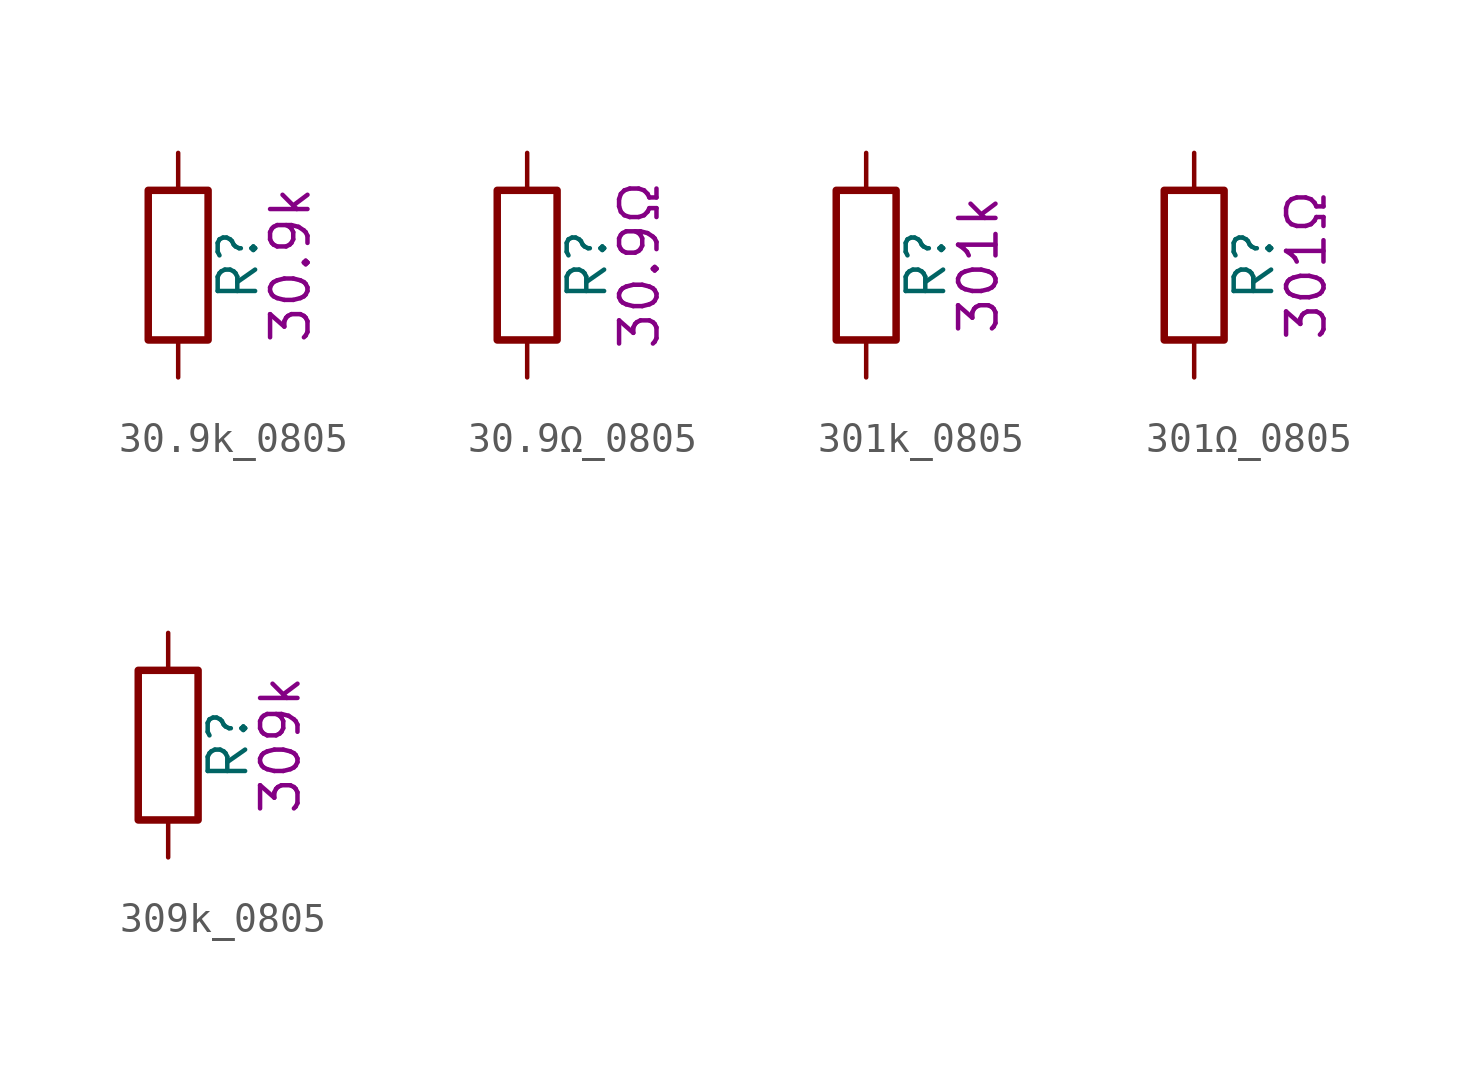
<source format=kicad_sym>
(kicad_symbol_lib
  (version 20211014)
  (generator kicad_symbol_editor)
  (symbol "30.9k_0805"
    (pin_numbers hide)
    (pin_names
      (offset 0))
    (property "Reference" "R"
      (at 2.032 0 90)
      (effects (font (size 1.27 1.27))))
    (property "Display" "30.9k"
      (at 3.81 0 90)
      (effects (font (size 1.27 1.27))))
    (symbol "30.9k_0805_0_1"
      (rectangle (start -1.016 -2.54) (end 1.016 2.54) (stroke (width 0.254) (type default) (color 0 0 0 0)) (fill (type none))))
    (symbol "30.9k_0805_1_1"
      (pin passive line (at 0 3.81 270) (length 1.27) (name "~" (effects (font (size 1.27 1.27)))) (number "1" (effects (font (size 1.27 1.27)))))
      (pin passive line (at 0 -3.81 90) (length 1.27) (name "~" (effects (font (size 1.27 1.27)))) (number "2" (effects (font (size 1.27 1.27)))))))
  (symbol "30.9Ω_0805"
    (pin_numbers hide)
    (pin_names
      (offset 0))
    (property "Reference" "R"
      (at 2.032 0 90)
      (effects (font (size 1.27 1.27))))
    (property "Display" "30.9Ω"
      (at 3.81 0 90)
      (effects (font (size 1.27 1.27))))
    (symbol "30.9Ω_0805_0_1"
      (rectangle (start -1.016 -2.54) (end 1.016 2.54) (stroke (width 0.254) (type default) (color 0 0 0 0)) (fill (type none))))
    (symbol "30.9Ω_0805_1_1"
      (pin passive line (at 0 3.81 270) (length 1.27) (name "~" (effects (font (size 1.27 1.27)))) (number "1" (effects (font (size 1.27 1.27)))))
      (pin passive line (at 0 -3.81 90) (length 1.27) (name "~" (effects (font (size 1.27 1.27)))) (number "2" (effects (font (size 1.27 1.27)))))))
  (symbol "301k_0805"
    (pin_numbers hide)
    (pin_names
      (offset 0))
    (property "Reference" "R"
      (at 2.032 0 90)
      (effects (font (size 1.27 1.27))))
    (property "Display" "301k"
      (at 3.81 0 90)
      (effects (font (size 1.27 1.27))))
    (symbol "301k_0805_0_1"
      (rectangle (start -1.016 -2.54) (end 1.016 2.54) (stroke (width 0.254) (type default) (color 0 0 0 0)) (fill (type none))))
    (symbol "301k_0805_1_1"
      (pin passive line (at 0 3.81 270) (length 1.27) (name "~" (effects (font (size 1.27 1.27)))) (number "1" (effects (font (size 1.27 1.27)))))
      (pin passive line (at 0 -3.81 90) (length 1.27) (name "~" (effects (font (size 1.27 1.27)))) (number "2" (effects (font (size 1.27 1.27)))))))
  (symbol "301Ω_0805"
    (pin_numbers hide)
    (pin_names
      (offset 0))
    (property "Reference" "R"
      (at 2.032 0 90)
      (effects (font (size 1.27 1.27))))
    (property "Display" "301Ω"
      (at 3.81 0 90)
      (effects (font (size 1.27 1.27))))
    (symbol "301Ω_0805_0_1"
      (rectangle (start -1.016 -2.54) (end 1.016 2.54) (stroke (width 0.254) (type default) (color 0 0 0 0)) (fill (type none))))
    (symbol "301Ω_0805_1_1"
      (pin passive line (at 0 3.81 270) (length 1.27) (name "~" (effects (font (size 1.27 1.27)))) (number "1" (effects (font (size 1.27 1.27)))))
      (pin passive line (at 0 -3.81 90) (length 1.27) (name "~" (effects (font (size 1.27 1.27)))) (number "2" (effects (font (size 1.27 1.27)))))))
  (symbol "309k_0805"
    (pin_numbers hide)
    (pin_names
      (offset 0))
    (property "Reference" "R"
      (at 2.032 0 90)
      (effects (font (size 1.27 1.27))))
    (property "Display" "309k"
      (at 3.81 0 90)
      (effects (font (size 1.27 1.27))))
    (symbol "309k_0805_0_1"
      (rectangle (start -1.016 -2.54) (end 1.016 2.54) (stroke (width 0.254) (type default) (color 0 0 0 0)) (fill (type none))))
    (symbol "309k_0805_1_1"
      (pin passive line (at 0 3.81 270) (length 1.27) (name "~" (effects (font (size 1.27 1.27)))) (number "1" (effects (font (size 1.27 1.27)))))
      (pin passive line (at 0 -3.81 90) (length 1.27) (name "~" (effects (font (size 1.27 1.27)))) (number "2" (effects (font (size 1.27 1.27))))))))
</source>
